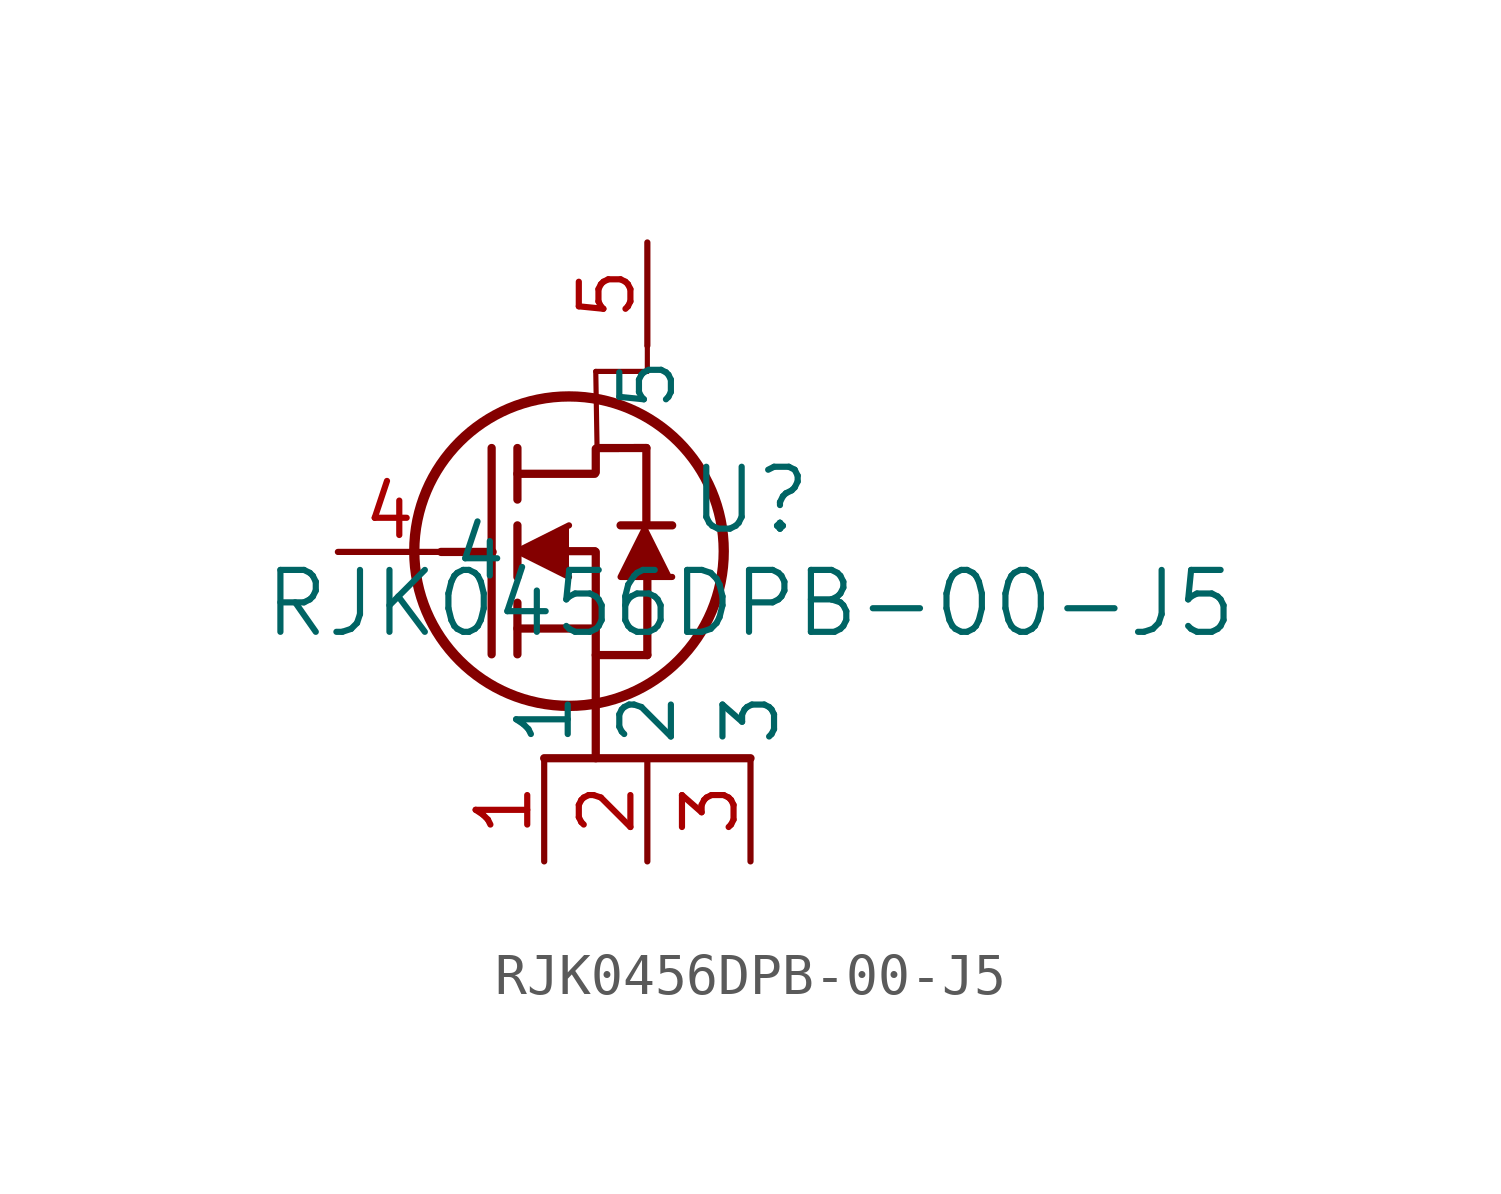
<source format=kicad_sym>
(kicad_symbol_lib
  (version 20211014)
  (generator kicad_symbol_editor)
  (symbol "RJK0456DPB-00-J5"
    (pin_names
      (offset 0.254))
    (property "Reference" "U"
      (at 10.16 1.27 0)
      (effects (font (size 1.524 1.524))))
    (property "Value" "RJK0456DPB-00-J5"
      (at 10.16 -1.27 0)
      (effects (font (size 1.524 1.524))))
    (symbol "RJK0456DPB-00-J5_0_1"
      (circle (center 5.691 0.019) (radius 3.81) (stroke (width 0.254) (type default) (color 0 0 0 0)) (fill (type none)))
      (polyline (pts (xy 2.54 0) (xy 3.81 0)) (stroke (width 0.203) (type default) (color 0 0 0 0)) (fill (type none)))
      (polyline (pts (xy 3.786 -2.521) (xy 3.786 2.559)) (stroke (width 0.203) (type default) (color 0 0 0 0)) (fill (type none)))
      (polyline (pts (xy 4.421 -0.616) (xy 4.421 0.654)) (stroke (width 0.203) (type default) (color 0 0 0 0)) (fill (type none)))
      (polyline (pts (xy 4.421 -2.521) (xy 4.421 -1.251)) (stroke (width 0.203) (type default) (color 0 0 0 0)) (fill (type none)))
      (polyline (pts (xy 4.421 1.289) (xy 4.421 2.559)) (stroke (width 0.203) (type default) (color 0 0 0 0)) (fill (type none)))
      (polyline (pts (xy 5.691 0.019) (xy 6.326 0.019)) (stroke (width 0.203) (type default) (color 0 0 0 0)) (fill (type none)))
      (polyline (pts (xy 4.421 -1.886) (xy 6.326 -1.886)) (stroke (width 0.203) (type default) (color 0 0 0 0)) (fill (type none)))
      (polyline (pts (xy 6.35 -5.08) (xy 6.35 0)) (stroke (width 0.203) (type default) (color 0 0 0 0)) (fill (type none)))
      (polyline (pts (xy 5.08 -5.08) (xy 10.16 -5.08)) (stroke (width 0.203) (type default) (color 0 0 0 0)) (fill (type none)))
      (polyline (pts (xy 4.421 1.924) (xy 6.326 1.924)) (stroke (width 0.203) (type default) (color 0 0 0 0)) (fill (type none)))
      (polyline (pts (xy 7.596 0.654) (xy 7.596 2.559)) (stroke (width 0.203) (type default) (color 0 0 0 0)) (fill (type none)))
      (polyline (pts (xy 7.62 -2.54) (xy 7.62 0)) (stroke (width 0.203) (type default) (color 0 0 0 0)) (fill (type none)))
      (polyline (pts (xy 8.231 0.654) (xy 6.961 0.654)) (stroke (width 0.203) (type default) (color 0 0 0 0)) (fill (type none)))
      (polyline (pts (xy 6.382 2.557) (xy 7.596 2.559)) (stroke (width 0.203) (type default) (color 0 0 0 0)) (fill (type none)))
      (polyline (pts (xy 6.35 1.96) (xy 6.35 2.54)) (stroke (width 0.203) (type default) (color 0 0 0 0)) (fill (type none)))
      (polyline (pts (xy 5.691 0.654) (xy 4.421 0.019) (xy 5.691 -0.616)) (stroke (width 0) (type default) (color 0 0 0 0)) (fill (type outline)))
      (polyline (pts (xy 8.231 -0.616) (xy 6.961 -0.616) (xy 7.596 0.654)) (stroke (width 0) (type default) (color 0 0 0 0)) (fill (type outline)))
      (polyline (pts (xy 6.35 -2.54) (xy 7.62 -2.54)) (stroke (width 0.203) (type default) (color 0 0 0 0)) (fill (type none)))
      (polyline (pts (xy 7.62 5.08) (xy 7.62 4.445)) (stroke (width 0.127) (type default) (color 0 0 0 0)) (fill (type none)))
      (polyline (pts (xy 7.62 4.445) (xy 6.35 4.445)) (stroke (width 0.127) (type default) (color 0 0 0 0)) (fill (type none)))
      (polyline (pts (xy 6.35 4.445) (xy 6.382 2.557)) (stroke (width 0.127) (type default) (color 0 0 0 0)) (fill (type none)))
      (pin unspecified line (at 5.08 -7.62 90) (length 2.54) (name "1" (effects (font (size 1.27 1.27)))) (number "1" (effects (font (size 1.27 1.27)))))
      (pin unspecified line (at 7.62 -7.62 90) (length 2.54) (name "2" (effects (font (size 1.27 1.27)))) (number "2" (effects (font (size 1.27 1.27)))))
      (pin unspecified line (at 10.16 -7.62 90) (length 2.54) (name "3" (effects (font (size 1.27 1.27)))) (number "3" (effects (font (size 1.27 1.27)))))
      (pin unspecified line (at 0 0 0) (length 2.54) (name "4" (effects (font (size 1.27 1.27)))) (number "4" (effects (font (size 1.27 1.27)))))
      (pin unspecified line (at 7.62 7.62 270) (length 2.54) (name "5" (effects (font (size 1.27 1.27)))) (number "5" (effects (font (size 1.27 1.27))))))))
</source>
